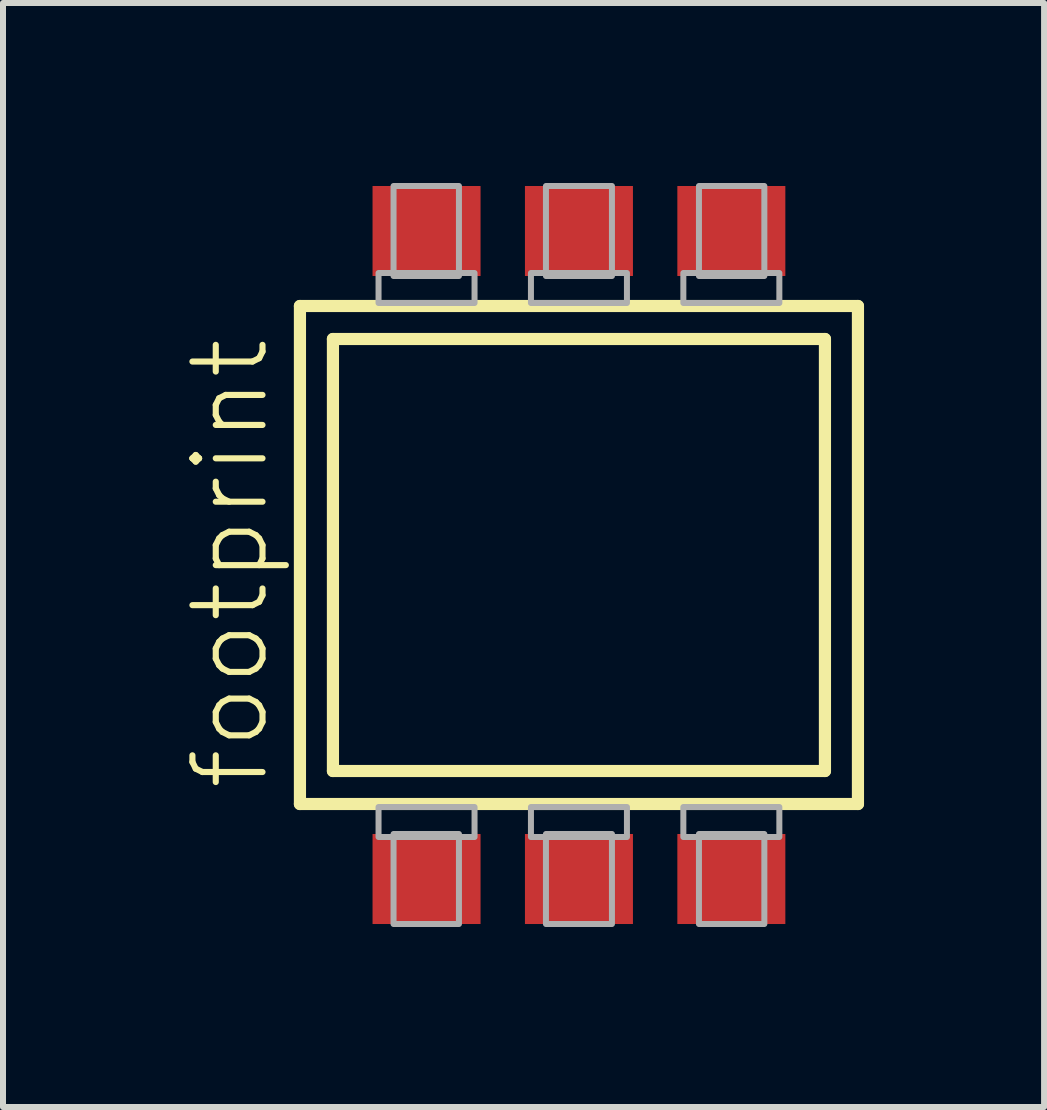
<source format=kicad_pcb>
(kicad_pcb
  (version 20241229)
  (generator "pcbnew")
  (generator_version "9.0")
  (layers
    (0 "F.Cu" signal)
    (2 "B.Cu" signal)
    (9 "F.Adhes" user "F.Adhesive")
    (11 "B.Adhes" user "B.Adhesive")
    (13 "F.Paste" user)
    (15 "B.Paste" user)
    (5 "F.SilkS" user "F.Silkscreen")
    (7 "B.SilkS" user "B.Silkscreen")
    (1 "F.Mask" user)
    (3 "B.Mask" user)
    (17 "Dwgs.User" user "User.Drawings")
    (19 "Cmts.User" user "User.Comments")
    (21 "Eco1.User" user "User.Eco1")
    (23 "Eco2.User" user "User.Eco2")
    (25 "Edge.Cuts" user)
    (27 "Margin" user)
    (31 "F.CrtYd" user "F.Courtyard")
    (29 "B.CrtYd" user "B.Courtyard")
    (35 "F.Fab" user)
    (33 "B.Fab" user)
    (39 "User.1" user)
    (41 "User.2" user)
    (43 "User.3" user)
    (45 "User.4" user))
  (footprint "footprint"
    (layer "F.Cu")
    (at 6.599 6.2)
    (property "Reference" "footprint" (at -5.126 3.962 90) (layer "F.SilkS") (effects (font (size 1.168 1.168) (thickness 0.102)) (justify left bottom)))
    (fp_line (start -4.65 -4.15) (end 4.65 -4.15) (stroke (width 0.203) (type solid)) (layer "F.SilkS"))
    (fp_line (start -4.65 4.15) (end -4.65 -4.15) (stroke (width 0.203) (type solid)) (layer "F.SilkS"))
    (fp_line (start -4.1 -3.6) (end 4.1 -3.6) (stroke (width 0.203) (type solid)) (layer "F.SilkS"))
    (fp_line (start -4.1 3.6) (end -4.1 -3.6) (stroke (width 0.203) (type solid)) (layer "F.SilkS"))
    (fp_line (start 4.1 -3.6) (end 4.1 3.6) (stroke (width 0.203) (type solid)) (layer "F.SilkS"))
    (fp_line (start 4.1 3.6) (end -4.1 3.6) (stroke (width 0.203) (type solid)) (layer "F.SilkS"))
    (fp_line (start 4.65 -4.15) (end 4.65 4.15) (stroke (width 0.203) (type solid)) (layer "F.SilkS"))
    (fp_line (start 4.65 4.15) (end -4.65 4.15) (stroke (width 0.203) (type solid)) (layer "F.SilkS"))
    (fp_poly (pts (xy -3.34 -4.2) (xy -1.74 -4.2) (xy -1.74 -4.7) (xy -3.34 -4.7)) (stroke (width 0.1) (type solid)) (fill no) (layer "F.Fab"))
    (fp_poly (pts (xy -3.34 4.7) (xy -1.74 4.7) (xy -1.74 4.2) (xy -3.34 4.2)) (stroke (width 0.1) (type solid)) (fill no) (layer "F.Fab"))
    (fp_poly (pts (xy -3.09 -4.65) (xy -2 -4.65) (xy -2 -6.15) (xy -3.09 -6.15)) (stroke (width 0.1) (type solid)) (fill no) (layer "F.Fab"))
    (fp_poly (pts (xy -3.09 6.15) (xy -2 6.15) (xy -2 4.65) (xy -3.09 4.65)) (stroke (width 0.1) (type solid)) (fill no) (layer "F.Fab"))
    (fp_poly (pts (xy -0.8 -4.2) (xy 0.8 -4.2) (xy 0.8 -4.7) (xy -0.8 -4.7)) (stroke (width 0.1) (type solid)) (fill no) (layer "F.Fab"))
    (fp_poly (pts (xy -0.8 4.7) (xy 0.8 4.7) (xy 0.8 4.2) (xy -0.8 4.2)) (stroke (width 0.1) (type solid)) (fill no) (layer "F.Fab"))
    (fp_poly (pts (xy -0.55 -4.65) (xy 0.55 -4.65) (xy 0.55 -6.15) (xy -0.55 -6.15)) (stroke (width 0.1) (type solid)) (fill no) (layer "F.Fab"))
    (fp_poly (pts (xy -0.55 6.15) (xy 0.55 6.15) (xy 0.55 4.65) (xy -0.55 4.65)) (stroke (width 0.1) (type solid)) (fill no) (layer "F.Fab"))
    (fp_poly (pts (xy 1.74 -4.2) (xy 3.34 -4.2) (xy 3.34 -4.7) (xy 1.74 -4.7)) (stroke (width 0.1) (type solid)) (fill no) (layer "F.Fab"))
    (fp_poly (pts (xy 1.74 4.7) (xy 3.34 4.7) (xy 3.34 4.2) (xy 1.74 4.2)) (stroke (width 0.1) (type solid)) (fill no) (layer "F.Fab"))
    (fp_poly (pts (xy 2 -4.65) (xy 3.09 -4.65) (xy 3.09 -6.15) (xy 2 -6.15)) (stroke (width 0.1) (type solid)) (fill no) (layer "F.Fab"))
    (fp_poly (pts (xy 2 6.15) (xy 3.09 6.15) (xy 3.09 4.65) (xy 2 4.65)) (stroke (width 0.1) (type solid)) (fill no) (layer "F.Fab"))
    (pad "1" smd rect (at -2.54 -5.4) (size 1.8 1.5) (layers "F.Cu" "F.Mask" "F.Paste"))
    (pad "2" smd rect (at 0 -5.4) (size 1.8 1.5) (layers "F.Cu" "F.Mask" "F.Paste"))
    (pad "3" smd rect (at 2.54 -5.4) (size 1.8 1.5) (layers "F.Cu" "F.Mask" "F.Paste"))
    (pad "4" smd rect (at 2.54 5.4) (size 1.8 1.5) (layers "F.Cu" "F.Mask" "F.Paste"))
    (pad "5" smd rect (at 0 5.4) (size 1.8 1.5) (layers "F.Cu" "F.Mask" "F.Paste"))
    (pad "6" smd rect (at -2.54 5.4) (size 1.8 1.5) (layers "F.Cu" "F.Mask" "F.Paste")))
  (gr_rect
    (start -3 -3)
    (end 14.351 15.4)
    (stroke (width 0.1) (type default))
    (fill no)
    (layer "Edge.Cuts")))
</source>
